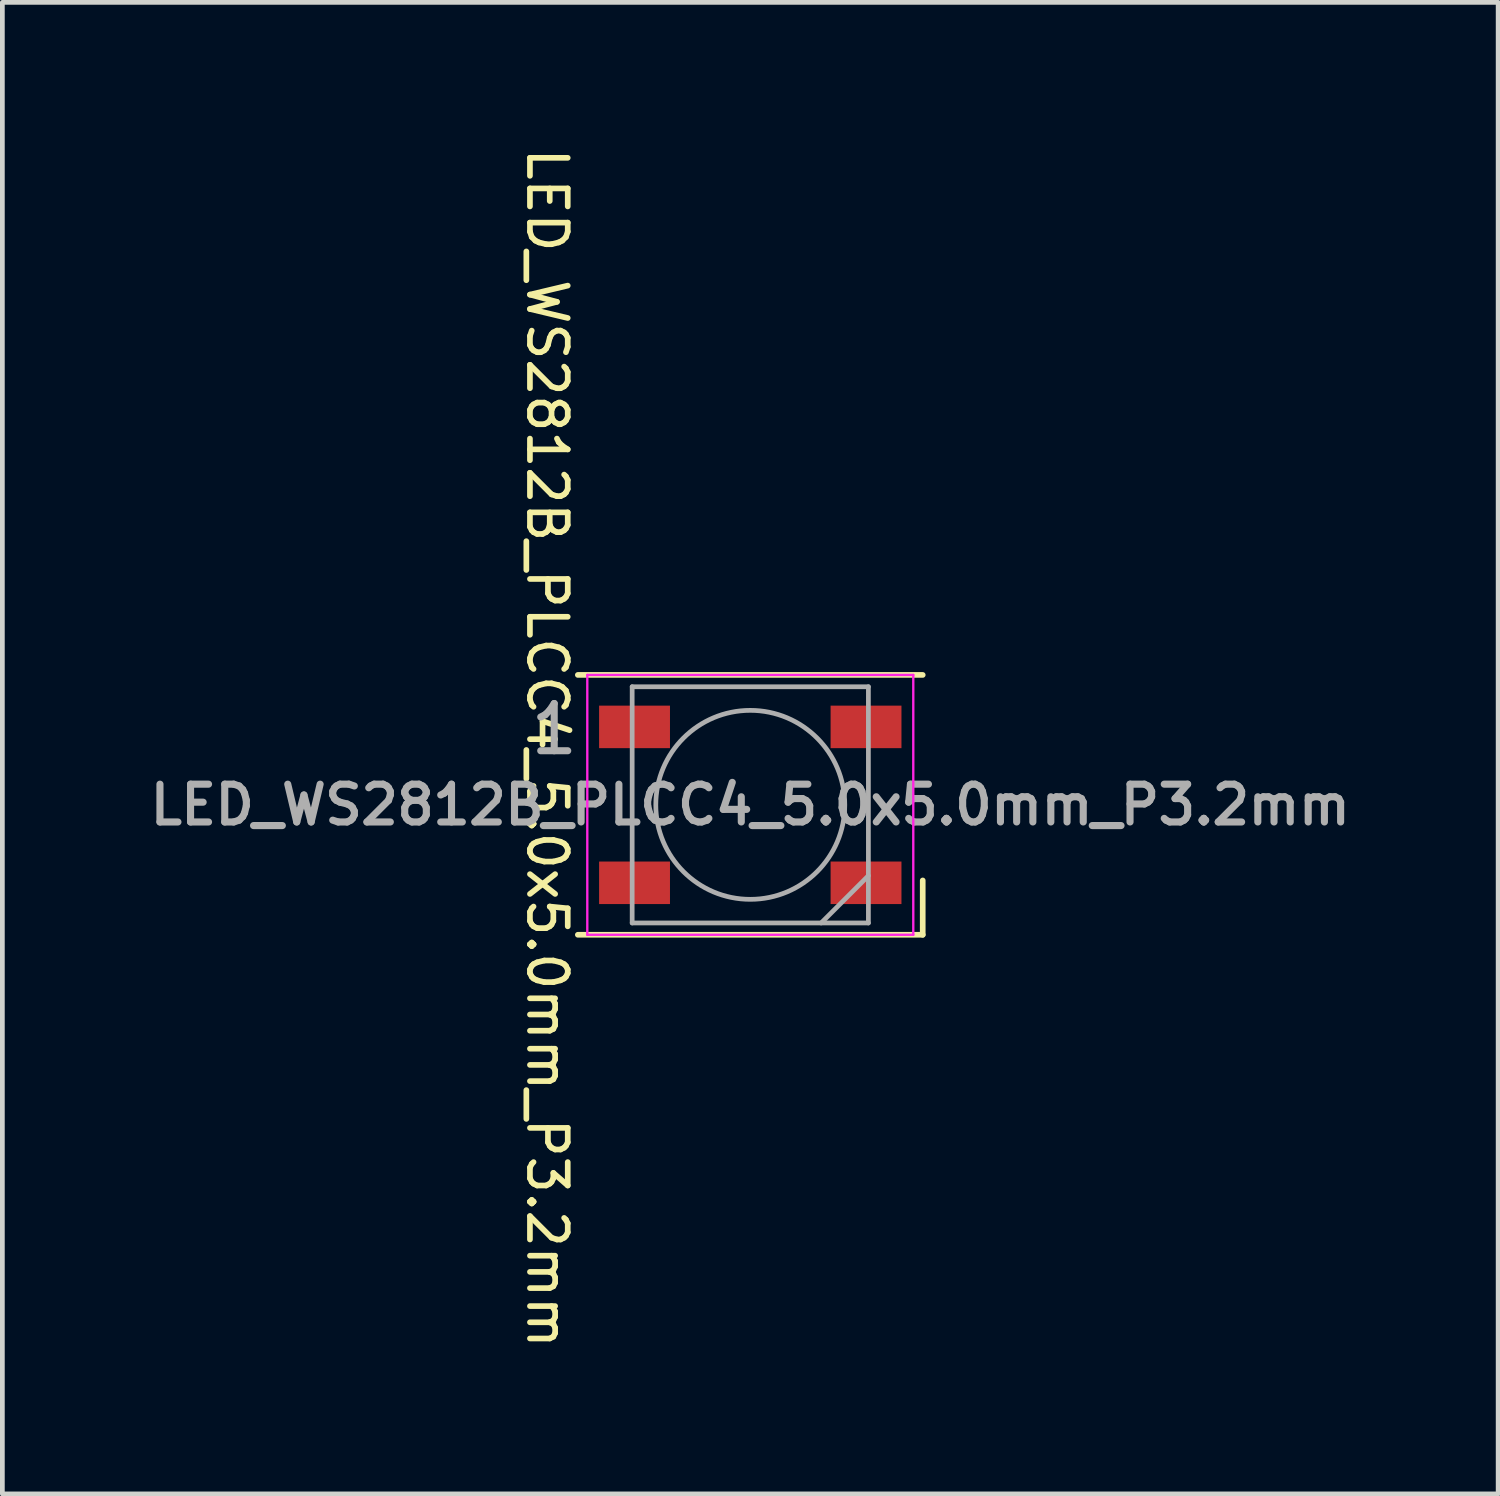
<source format=kicad_pcb>
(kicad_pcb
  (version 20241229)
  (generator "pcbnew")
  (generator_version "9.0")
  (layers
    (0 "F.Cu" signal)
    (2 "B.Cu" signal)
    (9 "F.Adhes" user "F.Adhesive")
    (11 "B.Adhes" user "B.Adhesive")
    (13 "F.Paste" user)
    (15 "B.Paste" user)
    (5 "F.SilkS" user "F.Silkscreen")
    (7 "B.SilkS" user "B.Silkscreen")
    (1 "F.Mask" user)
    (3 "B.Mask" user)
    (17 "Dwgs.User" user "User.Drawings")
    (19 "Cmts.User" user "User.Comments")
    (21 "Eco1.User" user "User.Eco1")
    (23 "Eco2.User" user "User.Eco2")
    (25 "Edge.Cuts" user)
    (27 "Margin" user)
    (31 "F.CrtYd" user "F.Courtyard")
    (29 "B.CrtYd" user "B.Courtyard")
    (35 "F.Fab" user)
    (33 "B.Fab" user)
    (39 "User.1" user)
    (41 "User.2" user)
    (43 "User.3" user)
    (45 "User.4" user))
  (footprint "LED_WS2812B_PLCC4_5.0x5.0mm_P3.2mm"
    (layer "F.Cu")
    (at 12.831 13.986)
    (property "Reference" "LED_WS2812B_PLCC4_5.0x5.0mm_P3.2mm" (at -4.3 -1.2 270) (unlocked yes) (layer "F.SilkS") (effects (font (size 0.8 0.8) (thickness 0.12))))
    (attr smd)
    (fp_line (start -3.65 -2.75) (end 3.65 -2.75) (stroke (width 0.12) (type solid)) (layer "F.SilkS"))
    (fp_line (start -3.65 2.75) (end 3.65 2.75) (stroke (width 0.12) (type solid)) (layer "F.SilkS"))
    (fp_line (start 3.65 2.75) (end 3.65 1.6) (stroke (width 0.12) (type solid)) (layer "F.SilkS"))
    (fp_line (start -3.45 -2.75) (end -3.45 2.75) (stroke (width 0.05) (type solid)) (layer "F.CrtYd"))
    (fp_line (start -3.45 2.75) (end 3.45 2.75) (stroke (width 0.05) (type solid)) (layer "F.CrtYd"))
    (fp_line (start 3.45 -2.75) (end -3.45 -2.75) (stroke (width 0.05) (type solid)) (layer "F.CrtYd"))
    (fp_line (start 3.45 2.75) (end 3.45 -2.75) (stroke (width 0.05) (type solid)) (layer "F.CrtYd"))
    (fp_line (start -2.5 -2.5) (end -2.5 2.5) (stroke (width 0.1) (type solid)) (layer "F.Fab"))
    (fp_line (start -2.5 2.5) (end 2.5 2.5) (stroke (width 0.1) (type solid)) (layer "F.Fab"))
    (fp_line (start 2.5 -2.5) (end -2.5 -2.5) (stroke (width 0.1) (type solid)) (layer "F.Fab"))
    (fp_line (start 2.5 1.5) (end 1.5 2.5) (stroke (width 0.1) (type solid)) (layer "F.Fab"))
    (fp_line (start 2.5 2.5) (end 2.5 -2.5) (stroke (width 0.1) (type solid)) (layer "F.Fab"))
    (fp_circle (center 0 0) (end 0 -2) (stroke (width 0.1) (type solid)) (fill no) (layer "F.Fab"))
    (fp_text user "${REFERENCE}" (at 0 0 0) (layer "F.Fab") (effects (font (size 0.8 0.8) (thickness 0.15))))
    (fp_text user "1" (at -4.15 -1.6 0) (unlocked yes) (layer "F.Fab") (effects (font (size 1 1) (thickness 0.15))))
    (pad "1" smd rect (at -2.45 -1.65) (size 1.5 0.9) (layers "F.Cu" "F.Mask" "F.Paste"))
    (pad "2" smd rect (at -2.45 1.65) (size 1.5 0.9) (layers "F.Cu" "F.Mask" "F.Paste"))
    (pad "3" smd rect (at 2.45 1.65) (size 1.5 0.9) (layers "F.Cu" "F.Mask" "F.Paste"))
    (pad "4" smd rect (at 2.45 -1.65) (size 1.5 0.9) (layers "F.Cu" "F.Mask" "F.Paste")))
  (gr_rect
    (start -3 -3)
    (end 28.661 28.571)
    (stroke (width 0.1) (type default))
    (fill no)
    (layer "Edge.Cuts")))
</source>
